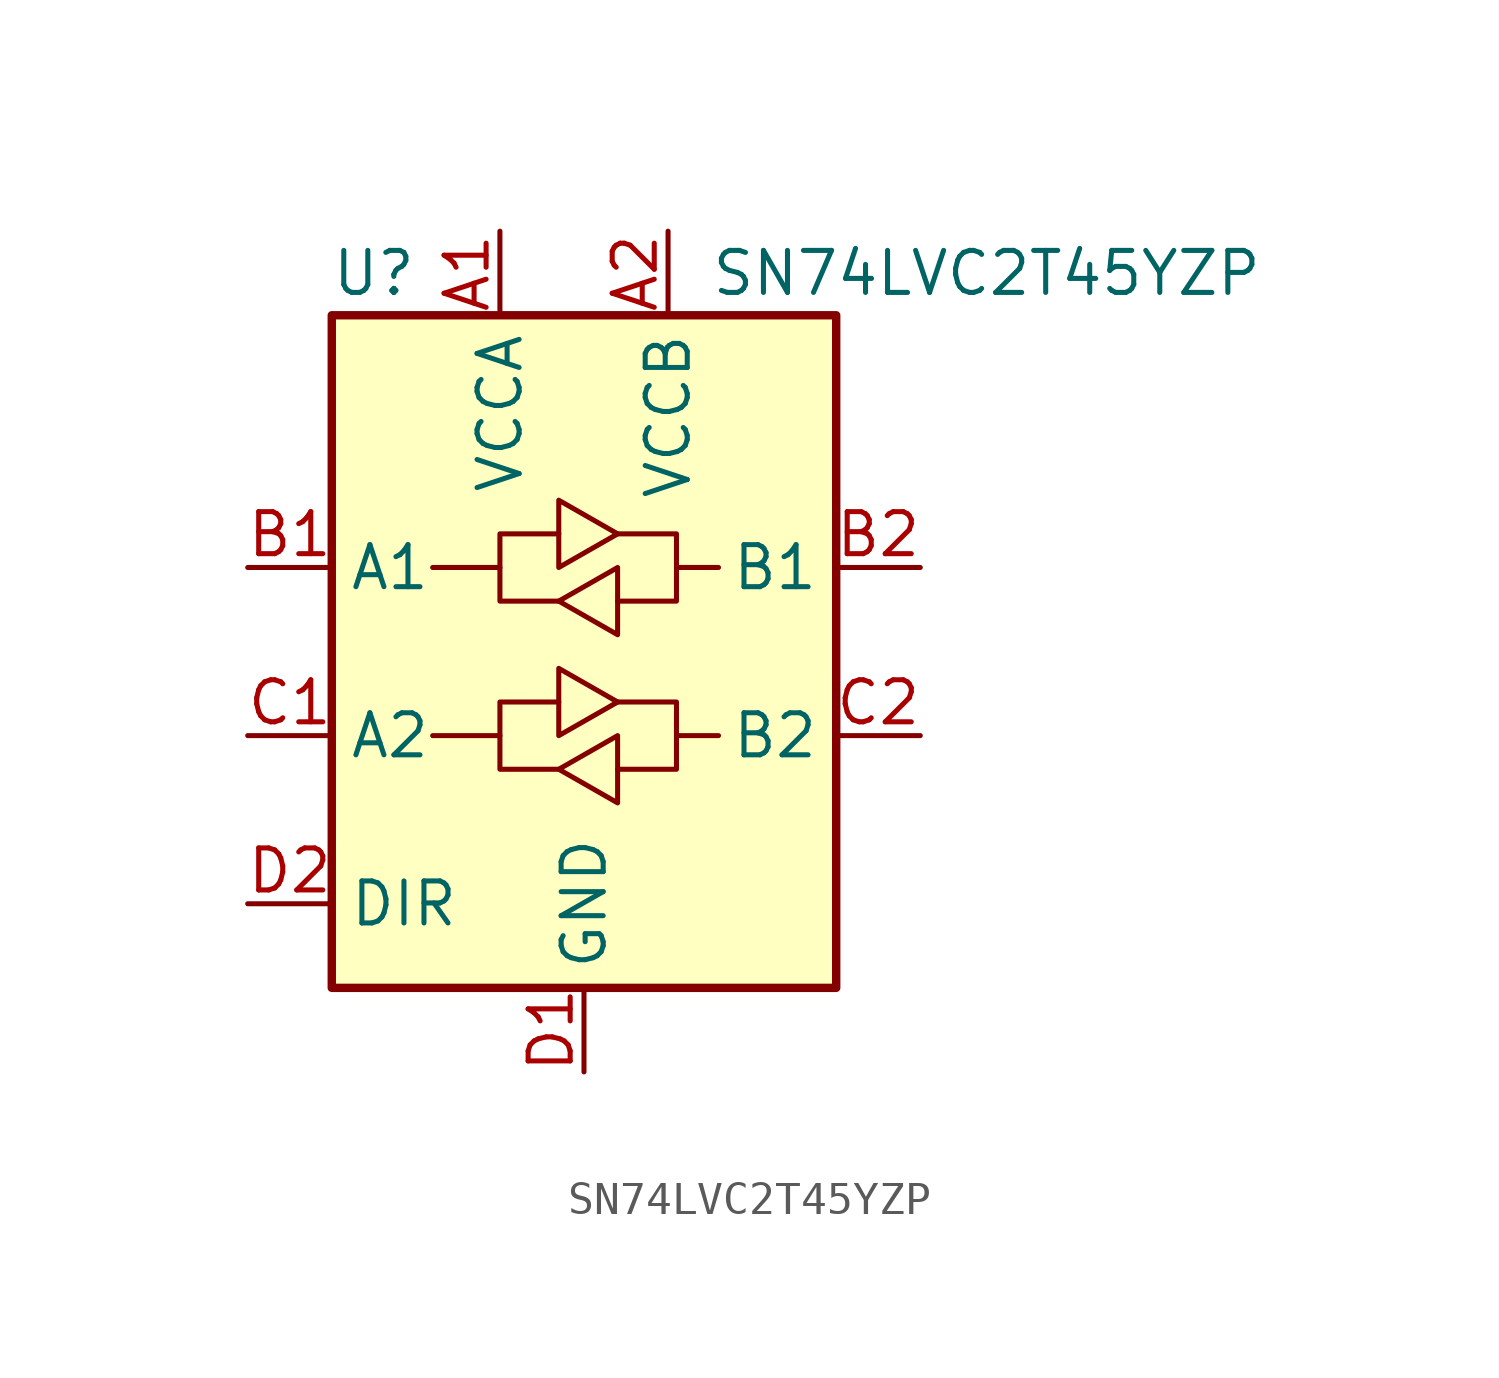
<source format=kicad_sym>
(kicad_symbol_lib
  (version 20201005)
  (generator kicad_symbol_editor)
  (symbol "SN74LVC2T45YZP"
    (property "Reference" "U"
      (at -6.35 11.43 0)
      (effects (font (size 1.27 1.27))))
    (property "Value" "SN74LVC2T45YZP"
      (at 3.81 11.43 0)
      (effects (font (size 1.27 1.27)) (justify left)))
    (symbol "SN74LVC2T45YZP_0_1"
      (rectangle (start -7.62 10.16) (end 7.62 -10.16) (stroke (width 0.254)) (fill (type background)))
      (polyline (pts (xy -2.54 2.54) (xy -2.54 3.556) (xy -0.762 3.556)) (stroke (width 0)) (fill (type none)))
      (polyline (pts (xy 2.794 2.54) (xy 2.794 1.524) (xy 1.016 1.524)) (stroke (width 0)) (fill (type none)))
      (polyline (pts (xy -0.762 1.524) (xy -2.54 1.524) (xy -2.54 2.54) (xy -4.572 2.54)) (stroke (width 0)) (fill (type none)))
      (polyline (pts (xy -0.762 2.54) (xy -0.762 4.572) (xy 1.016 3.556) (xy -0.762 2.54)) (stroke (width 0)) (fill (type none)))
      (polyline (pts (xy 1.016 3.556) (xy 2.794 3.556) (xy 2.794 2.54) (xy 4.064 2.54)) (stroke (width 0)) (fill (type none)))
      (polyline (pts (xy 1.016 2.54) (xy 1.016 0.762) (xy 1.016 0.508) (xy -0.762 1.524) (xy 1.016 2.54)) (stroke (width 0)) (fill (type none))))
    (symbol "SN74LVC2T45YZP_1_1"
      (polyline (pts (xy -2.54 -2.54) (xy -2.54 -1.524) (xy -0.762 -1.524)) (stroke (width 0)) (fill (type none)))
      (polyline (pts (xy 2.794 -2.54) (xy 2.794 -3.556) (xy 1.016 -3.556)) (stroke (width 0)) (fill (type none)))
      (polyline (pts (xy -0.762 -3.556) (xy -2.54 -3.556) (xy -2.54 -2.54) (xy -4.572 -2.54)) (stroke (width 0)) (fill (type none)))
      (polyline (pts (xy -0.762 -2.54) (xy -0.762 -0.508) (xy 1.016 -1.524) (xy -0.762 -2.54)) (stroke (width 0)) (fill (type none)))
      (polyline (pts (xy 1.016 -1.524) (xy 2.794 -1.524) (xy 2.794 -2.54) (xy 4.064 -2.54)) (stroke (width 0)) (fill (type none)))
      (polyline (pts (xy 1.016 -2.54) (xy 1.016 -4.318) (xy 1.016 -4.572) (xy -0.762 -3.556) (xy 1.016 -2.54)) (stroke (width 0)) (fill (type none)))
      (pin power_in line (at -2.54 12.7 270) (length 2.54) (name "VCCA" (effects (font (size 1.27 1.27)))) (number "A1" (effects (font (size 1.27 1.27)))))
      (pin power_in line (at 2.54 12.7 270) (length 2.54) (name "VCCB" (effects (font (size 1.27 1.27)))) (number "A2" (effects (font (size 1.27 1.27)))))
      (pin bidirectional line (at -10.16 2.54 0) (length 2.54) (name "A1" (effects (font (size 1.27 1.27)))) (number "B1" (effects (font (size 1.27 1.27)))))
      (pin bidirectional line (at 10.16 2.54 180) (length 2.54) (name "B1" (effects (font (size 1.27 1.27)))) (number "B2" (effects (font (size 1.27 1.27)))))
      (pin bidirectional line (at -10.16 -2.54 0) (length 2.54) (name "A2" (effects (font (size 1.27 1.27)))) (number "C1" (effects (font (size 1.27 1.27)))))
      (pin bidirectional line (at 10.16 -2.54 180) (length 2.54) (name "B2" (effects (font (size 1.27 1.27)))) (number "C2" (effects (font (size 1.27 1.27)))))
      (pin power_in line (at 0 -12.7 90) (length 2.54) (name "GND" (effects (font (size 1.27 1.27)))) (number "D1" (effects (font (size 1.27 1.27)))))
      (pin input line (at -10.16 -7.62 0) (length 2.54) (name "DIR" (effects (font (size 1.27 1.27)))) (number "D2" (effects (font (size 1.27 1.27))))))))
</source>
